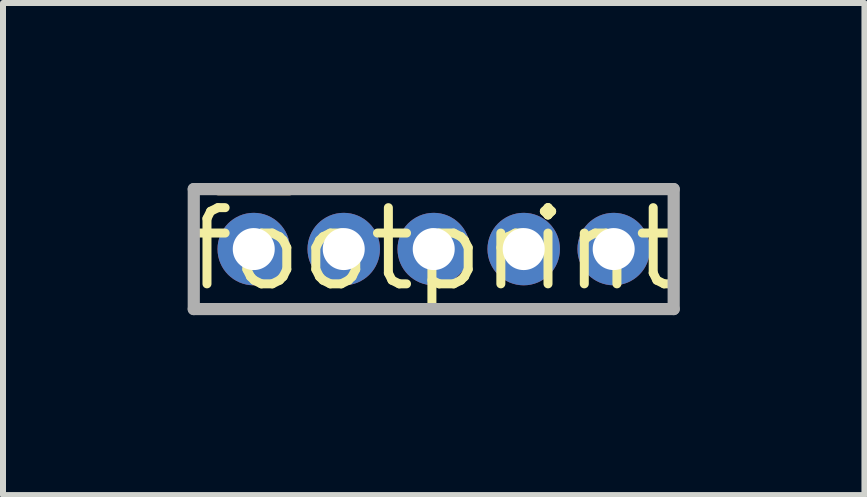
<source format=kicad_pcb>
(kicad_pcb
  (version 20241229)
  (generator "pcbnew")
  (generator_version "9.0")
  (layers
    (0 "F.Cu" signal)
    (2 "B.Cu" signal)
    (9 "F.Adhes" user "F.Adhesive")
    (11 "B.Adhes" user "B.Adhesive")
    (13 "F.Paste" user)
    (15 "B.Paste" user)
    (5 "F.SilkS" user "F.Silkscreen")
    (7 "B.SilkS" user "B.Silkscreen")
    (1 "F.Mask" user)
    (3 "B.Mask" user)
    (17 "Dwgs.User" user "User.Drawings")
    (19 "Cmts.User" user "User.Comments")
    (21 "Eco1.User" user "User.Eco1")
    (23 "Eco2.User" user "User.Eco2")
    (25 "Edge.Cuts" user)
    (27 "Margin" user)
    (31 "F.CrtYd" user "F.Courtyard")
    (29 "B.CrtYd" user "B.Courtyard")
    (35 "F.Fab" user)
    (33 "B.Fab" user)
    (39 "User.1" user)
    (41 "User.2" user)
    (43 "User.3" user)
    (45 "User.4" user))
  (footprint "footprint"
    (layer "F.Cu")
    (at 4.18 1.102)
    (property "Reference" "footprint" (at 0 0 0) (layer "F.SilkS") (effects (font (size 1.27 1.27) (thickness 0.15))))
    (fp_line (start -2.4 -1) (end -3.6 -1) (stroke (width 0.203) (type solid)) (layer "F.SilkS"))
    (fp_line (start -3.594 -1) (end -2.394 -1) (stroke (width 0.203) (type solid)) (layer "B.SilkS"))
    (fp_line (start -4 -1) (end -4 1) (stroke (width 0.203) (type solid)) (layer "F.Fab"))
    (fp_line (start -4 1) (end 4 1) (stroke (width 0.203) (type solid)) (layer "F.Fab"))
    (fp_line (start 4 -1) (end -4 -1) (stroke (width 0.203) (type solid)) (layer "F.Fab"))
    (fp_line (start 4 1) (end 4 -1) (stroke (width 0.203) (type solid)) (layer "F.Fab"))
    (pad "1" thru_hole circle (at -3 0) (size 1.208 1.208) (drill 0.7) (layers "*.Cu" "*.Mask"))
    (pad "2" thru_hole circle (at -1.5 0) (size 1.208 1.208) (drill 0.7) (layers "*.Cu" "*.Mask"))
    (pad "3" thru_hole circle (at 0 0) (size 1.208 1.208) (drill 0.7) (layers "*.Cu" "*.Mask"))
    (pad "4" thru_hole circle (at 1.5 0) (size 1.208 1.208) (drill 0.7) (layers "*.Cu" "*.Mask"))
    (pad "5" thru_hole circle (at 3 0) (size 1.208 1.208) (drill 0.7) (layers "*.Cu" "*.Mask")))
  (gr_rect
    (start -3 -3)
    (end 11.36 5.203)
    (stroke (width 0.1) (type default))
    (fill no)
    (layer "Edge.Cuts")))
</source>
